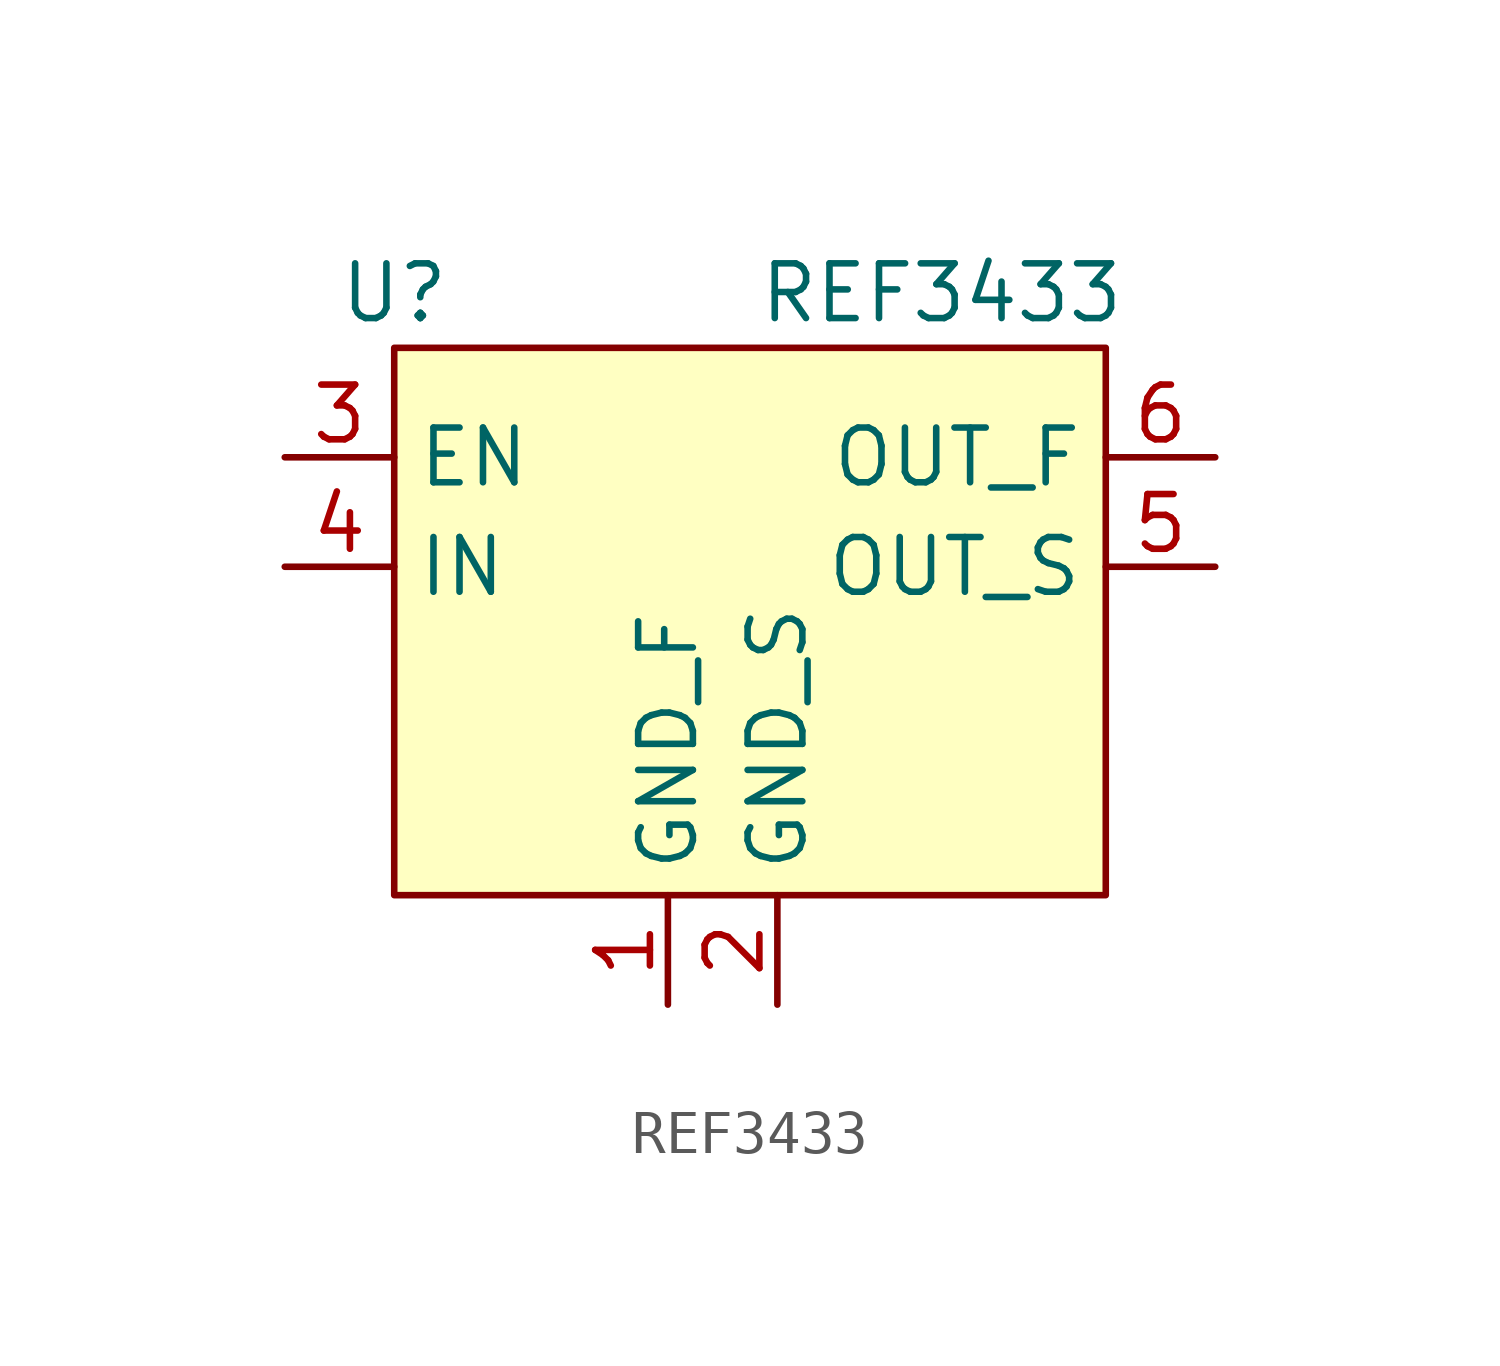
<source format=kicad_sym>
(kicad_symbol_lib
  (version 20211014)
  (generator kicad_symbol_editor)
  (symbol "REF3433"
    (property "Reference" "U"
      (at -7.62 1.27 0)
      (effects (font (size 1.27 1.27))))
    (property "Value" "REF3433"
      (at 5.08 1.27 0)
      (effects (font (size 1.27 1.27))))
    (symbol "REF3433_0_0"
      (pin power_in line (at -1.27 -15.24 90) (length 2.54) (name "GND_F" (effects (font (size 1.27 1.27)))) (number "1" (effects (font (size 1.27 1.27)))))
      (pin power_in line (at 1.27 -15.24 90) (length 2.54) (name "GND_S" (effects (font (size 1.27 1.27)))) (number "2" (effects (font (size 1.27 1.27)))))
      (pin input line (at -10.16 -2.54 0) (length 2.54) (name "EN" (effects (font (size 1.27 1.27)))) (number "3" (effects (font (size 1.27 1.27)))))
      (pin power_in line (at -10.16 -5.08 0) (length 2.54) (name "IN" (effects (font (size 1.27 1.27)))) (number "4" (effects (font (size 1.27 1.27)))))
      (pin power_out line (at 11.43 -5.08 180) (length 2.54) (name "OUT_S" (effects (font (size 1.27 1.27)))) (number "5" (effects (font (size 1.27 1.27)))))
      (pin power_out line (at 11.43 -2.54 180) (length 2.54) (name "OUT_F" (effects (font (size 1.27 1.27)))) (number "6" (effects (font (size 1.27 1.27))))))
    (symbol "REF3433_0_1"
      (rectangle (start -7.62 0) (end 8.89 -12.7) (stroke (width 0) (type default) (color 0 0 0 0)) (fill (type background))))))
</source>
